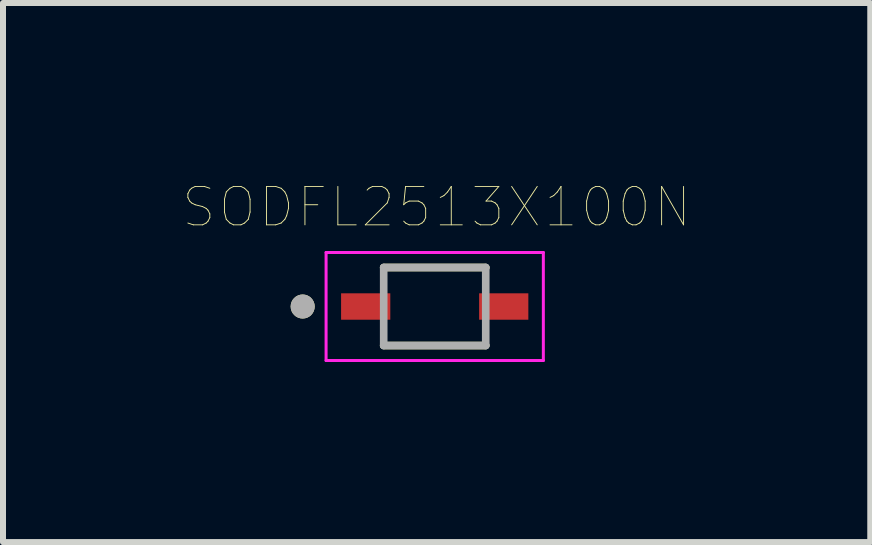
<source format=kicad_pcb>
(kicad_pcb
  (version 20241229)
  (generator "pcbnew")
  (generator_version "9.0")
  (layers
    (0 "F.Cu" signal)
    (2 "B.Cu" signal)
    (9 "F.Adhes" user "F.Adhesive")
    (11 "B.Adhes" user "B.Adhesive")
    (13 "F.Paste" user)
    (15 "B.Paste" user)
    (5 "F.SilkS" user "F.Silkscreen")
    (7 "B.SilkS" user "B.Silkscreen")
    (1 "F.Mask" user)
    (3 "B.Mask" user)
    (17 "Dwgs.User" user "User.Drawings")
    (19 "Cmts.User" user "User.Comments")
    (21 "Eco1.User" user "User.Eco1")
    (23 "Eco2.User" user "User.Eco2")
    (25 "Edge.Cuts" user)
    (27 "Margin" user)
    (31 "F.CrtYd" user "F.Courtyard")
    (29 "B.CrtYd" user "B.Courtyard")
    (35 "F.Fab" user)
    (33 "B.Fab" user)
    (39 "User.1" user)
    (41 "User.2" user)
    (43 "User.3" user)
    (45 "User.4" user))
  (footprint "SODFL2513X100N"
    (layer "F.Cu")
    (at 4.193 2.057)
    (property "Reference" "SODFL2513X100N" (at 0.032 -1.656 0) (layer "F.SilkS") (effects (font (size 0.64 0.64) (thickness 0.015))))
    (attr through_hole)
    (fp_line (start -0.85 -0.65) (end 0.85 -0.65) (stroke (width 0.127) (type solid)) (layer "F.SilkS"))
    (fp_line (start 0.85 0.65) (end -0.85 0.65) (stroke (width 0.127) (type solid)) (layer "F.SilkS"))
    (fp_circle (center -2.2 0) (end -2.1 0) (stroke (width 0.2) (type solid)) (fill no) (layer "F.SilkS"))
    (fp_line (start -1.81 -0.9) (end 1.81 -0.9) (stroke (width 0.05) (type solid)) (layer "F.CrtYd"))
    (fp_line (start -1.81 0.9) (end -1.81 -0.9) (stroke (width 0.05) (type solid)) (layer "F.CrtYd"))
    (fp_line (start 1.81 -0.9) (end 1.81 0.9) (stroke (width 0.05) (type solid)) (layer "F.CrtYd"))
    (fp_line (start 1.81 0.9) (end -1.81 0.9) (stroke (width 0.05) (type solid)) (layer "F.CrtYd"))
    (fp_line (start -0.85 -0.65) (end 0.85 -0.65) (stroke (width 0.127) (type solid)) (layer "F.Fab"))
    (fp_line (start -0.85 0.65) (end -0.85 -0.65) (stroke (width 0.127) (type solid)) (layer "F.Fab"))
    (fp_line (start 0.85 -0.65) (end 0.85 0.65) (stroke (width 0.127) (type solid)) (layer "F.Fab"))
    (fp_line (start 0.85 0.65) (end -0.85 0.65) (stroke (width 0.127) (type solid)) (layer "F.Fab"))
    (fp_circle (center -2.2 0) (end -2.1 0) (stroke (width 0.2) (type solid)) (fill no) (layer "F.Fab"))
    (pad "A" smd rect (at 1.15 0) (size 0.82 0.44) (layers "F.Cu" "F.Mask" "F.Paste"))
    (pad "C" smd rect (at -1.15 0) (size 0.82 0.44) (layers "F.Cu" "F.Mask" "F.Paste")))
  (gr_rect
    (start -3 -3)
    (end 11.45 5.982)
    (stroke (width 0.1) (type default))
    (fill no)
    (layer "Edge.Cuts")))
</source>
